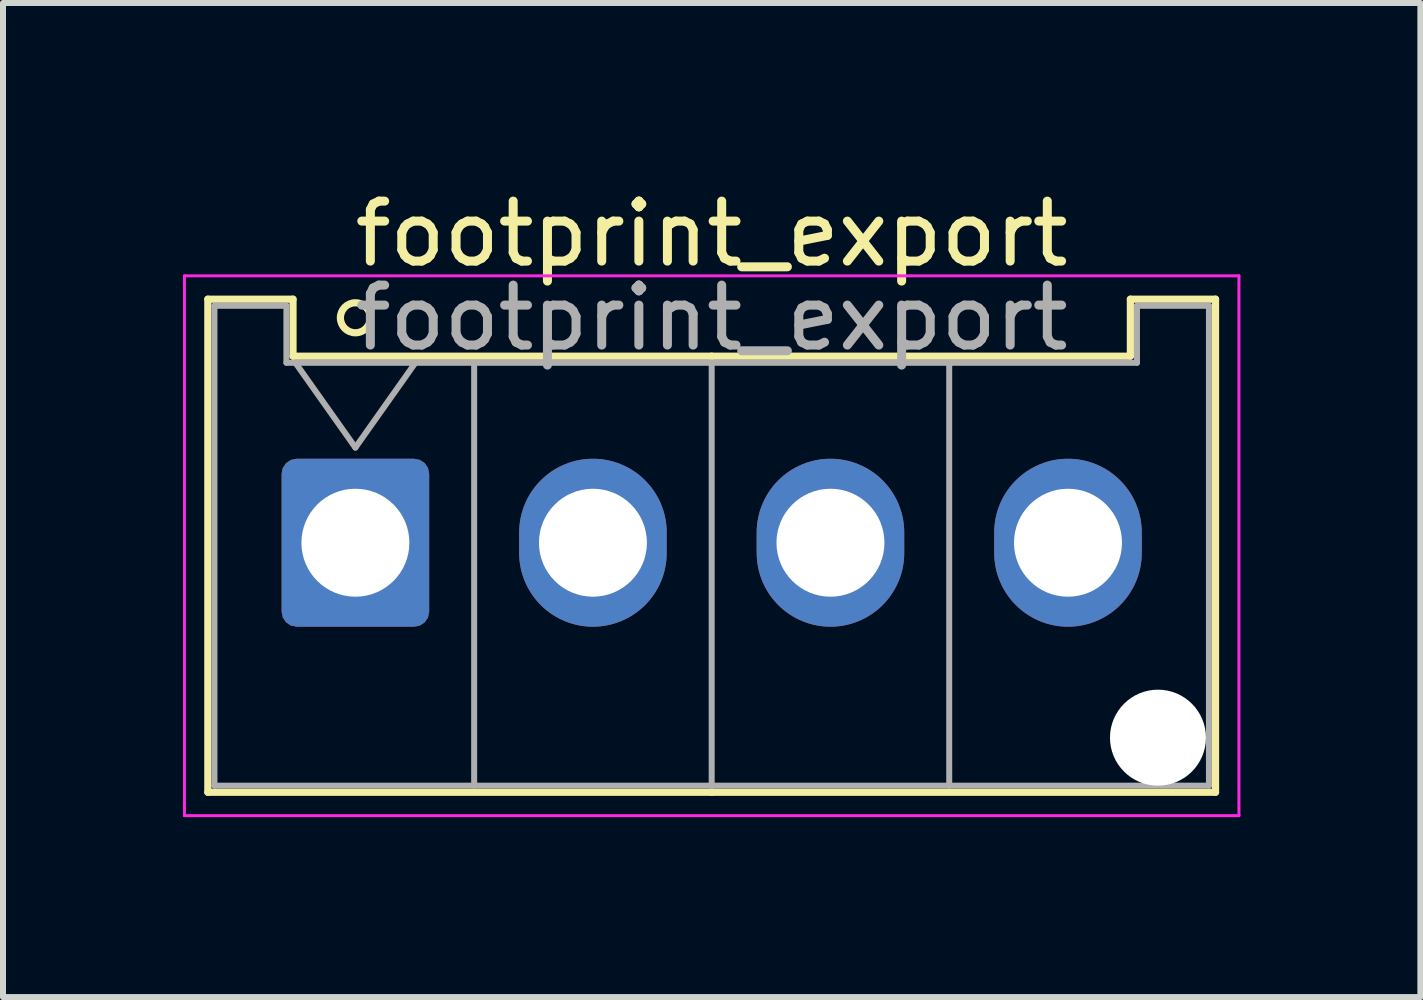
<source format=kicad_pcb>
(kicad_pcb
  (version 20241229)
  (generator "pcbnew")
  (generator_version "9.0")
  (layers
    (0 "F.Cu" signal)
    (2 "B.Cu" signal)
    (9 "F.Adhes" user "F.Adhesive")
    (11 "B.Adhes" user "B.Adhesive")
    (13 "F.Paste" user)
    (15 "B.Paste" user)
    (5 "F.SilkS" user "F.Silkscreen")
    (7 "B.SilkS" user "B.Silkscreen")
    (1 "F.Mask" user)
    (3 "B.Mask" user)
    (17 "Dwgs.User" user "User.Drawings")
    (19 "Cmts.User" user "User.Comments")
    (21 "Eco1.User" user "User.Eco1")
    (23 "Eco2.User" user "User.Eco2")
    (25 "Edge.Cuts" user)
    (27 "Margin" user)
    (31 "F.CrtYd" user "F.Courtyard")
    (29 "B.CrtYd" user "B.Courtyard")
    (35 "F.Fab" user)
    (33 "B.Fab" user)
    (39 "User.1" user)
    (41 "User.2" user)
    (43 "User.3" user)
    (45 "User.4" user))
  (footprint "footprint_export"
    (layer "F.Cu")
    (at 2.875 5.998)
    (property "Reference" "footprint_export" (at 5.94 -5.15 0) (layer "F.SilkS") (effects (font (size 1 1) (thickness 0.15))))
    (attr through_hole)
    (fp_line (start -2.46 -4.06) (end -1.04 -4.06) (stroke (width 0.12) (type solid)) (layer "F.SilkS"))
    (fp_line (start -2.46 4.16) (end -2.46 -4.06) (stroke (width 0.12) (type solid)) (layer "F.SilkS"))
    (fp_line (start -1.04 -4.06) (end -1.04 -3.11) (stroke (width 0.12) (type solid)) (layer "F.SilkS"))
    (fp_line (start -1.04 -3.11) (end 5.94 -3.11) (stroke (width 0.12) (type solid)) (layer "F.SilkS"))
    (fp_line (start 5.94 4.16) (end -2.46 4.16) (stroke (width 0.12) (type solid)) (layer "F.SilkS"))
    (fp_line (start 5.94 4.16) (end 14.34 4.16) (stroke (width 0.12) (type solid)) (layer "F.SilkS"))
    (fp_line (start 12.92 -4.06) (end 12.92 -3.11) (stroke (width 0.12) (type solid)) (layer "F.SilkS"))
    (fp_line (start 12.92 -3.11) (end 5.94 -3.11) (stroke (width 0.12) (type solid)) (layer "F.SilkS"))
    (fp_line (start 14.34 -4.06) (end 12.92 -4.06) (stroke (width 0.12) (type solid)) (layer "F.SilkS"))
    (fp_line (start 14.34 4.16) (end 14.34 -4.06) (stroke (width 0.12) (type solid)) (layer "F.SilkS"))
    (fp_circle (center 0 -3.75) (end 0.25 -3.75) (stroke (width 0.12) (type solid)) (fill no) (layer "F.SilkS"))
    (fp_line (start -2.85 -4.45) (end -2.85 4.55) (stroke (width 0.05) (type solid)) (layer "F.CrtYd"))
    (fp_line (start -2.85 4.55) (end 14.73 4.55) (stroke (width 0.05) (type solid)) (layer "F.CrtYd"))
    (fp_line (start 14.73 -4.45) (end -2.85 -4.45) (stroke (width 0.05) (type solid)) (layer "F.CrtYd"))
    (fp_line (start 14.73 4.55) (end 14.73 -4.45) (stroke (width 0.05) (type solid)) (layer "F.CrtYd"))
    (fp_line (start -2.35 -3.95) (end -1.15 -3.95) (stroke (width 0.1) (type solid)) (layer "F.Fab"))
    (fp_line (start -2.35 4.05) (end -2.35 -3.95) (stroke (width 0.1) (type solid)) (layer "F.Fab"))
    (fp_line (start -1.15 -3.95) (end -1.15 -3) (stroke (width 0.1) (type solid)) (layer "F.Fab"))
    (fp_line (start -1.15 -3) (end 5.94 -3) (stroke (width 0.1) (type solid)) (layer "F.Fab"))
    (fp_line (start -1 -3) (end 0 -1.586) (stroke (width 0.1) (type solid)) (layer "F.Fab"))
    (fp_line (start 0 -1.586) (end 1 -3) (stroke (width 0.1) (type solid)) (layer "F.Fab"))
    (fp_line (start 1.98 -3) (end 1.98 4.05) (stroke (width 0.1) (type solid)) (layer "F.Fab"))
    (fp_line (start 5.94 -3) (end 5.94 4.05) (stroke (width 0.1) (type solid)) (layer "F.Fab"))
    (fp_line (start 5.94 4.05) (end -2.35 4.05) (stroke (width 0.1) (type solid)) (layer "F.Fab"))
    (fp_line (start 5.94 4.05) (end 14.23 4.05) (stroke (width 0.1) (type solid)) (layer "F.Fab"))
    (fp_line (start 9.9 -3) (end 9.9 4.05) (stroke (width 0.1) (type solid)) (layer "F.Fab"))
    (fp_line (start 13.03 -3.95) (end 13.03 -3) (stroke (width 0.1) (type solid)) (layer "F.Fab"))
    (fp_line (start 13.03 -3) (end 5.94 -3) (stroke (width 0.1) (type solid)) (layer "F.Fab"))
    (fp_line (start 14.23 -3.95) (end 13.03 -3.95) (stroke (width 0.1) (type solid)) (layer "F.Fab"))
    (fp_line (start 14.23 4.05) (end 14.23 -3.95) (stroke (width 0.1) (type solid)) (layer "F.Fab"))
    (fp_text user "${REFERENCE}" (at 5.94 -3.75 0) (layer "F.Fab") (effects (font (size 1 1) (thickness 0.15))))
    (pad "" np_thru_hole circle (at 13.38 3.25) (size 1.6 1.6) (drill 1.6) (layers "*.Cu" "*.Mask"))
    (pad "1" thru_hole roundrect (at 0 0) (size 2.46 2.8) (drill 1.8) (layers "*.Cu" "*.Mask") (roundrect_rratio 0.102))
    (pad "2" thru_hole oval (at 3.96 0) (size 2.46 2.8) (drill 1.8) (layers "*.Cu" "*.Mask"))
    (pad "3" thru_hole oval (at 7.92 0) (size 2.46 2.8) (drill 1.8) (layers "*.Cu" "*.Mask"))
    (pad "4" thru_hole oval (at 11.88 0) (size 2.46 2.8) (drill 1.8) (layers "*.Cu" "*.Mask")))
  (gr_rect
    (start -3 -3)
    (end 20.63 13.573)
    (stroke (width 0.1) (type default))
    (fill no)
    (layer "Edge.Cuts")))
</source>
